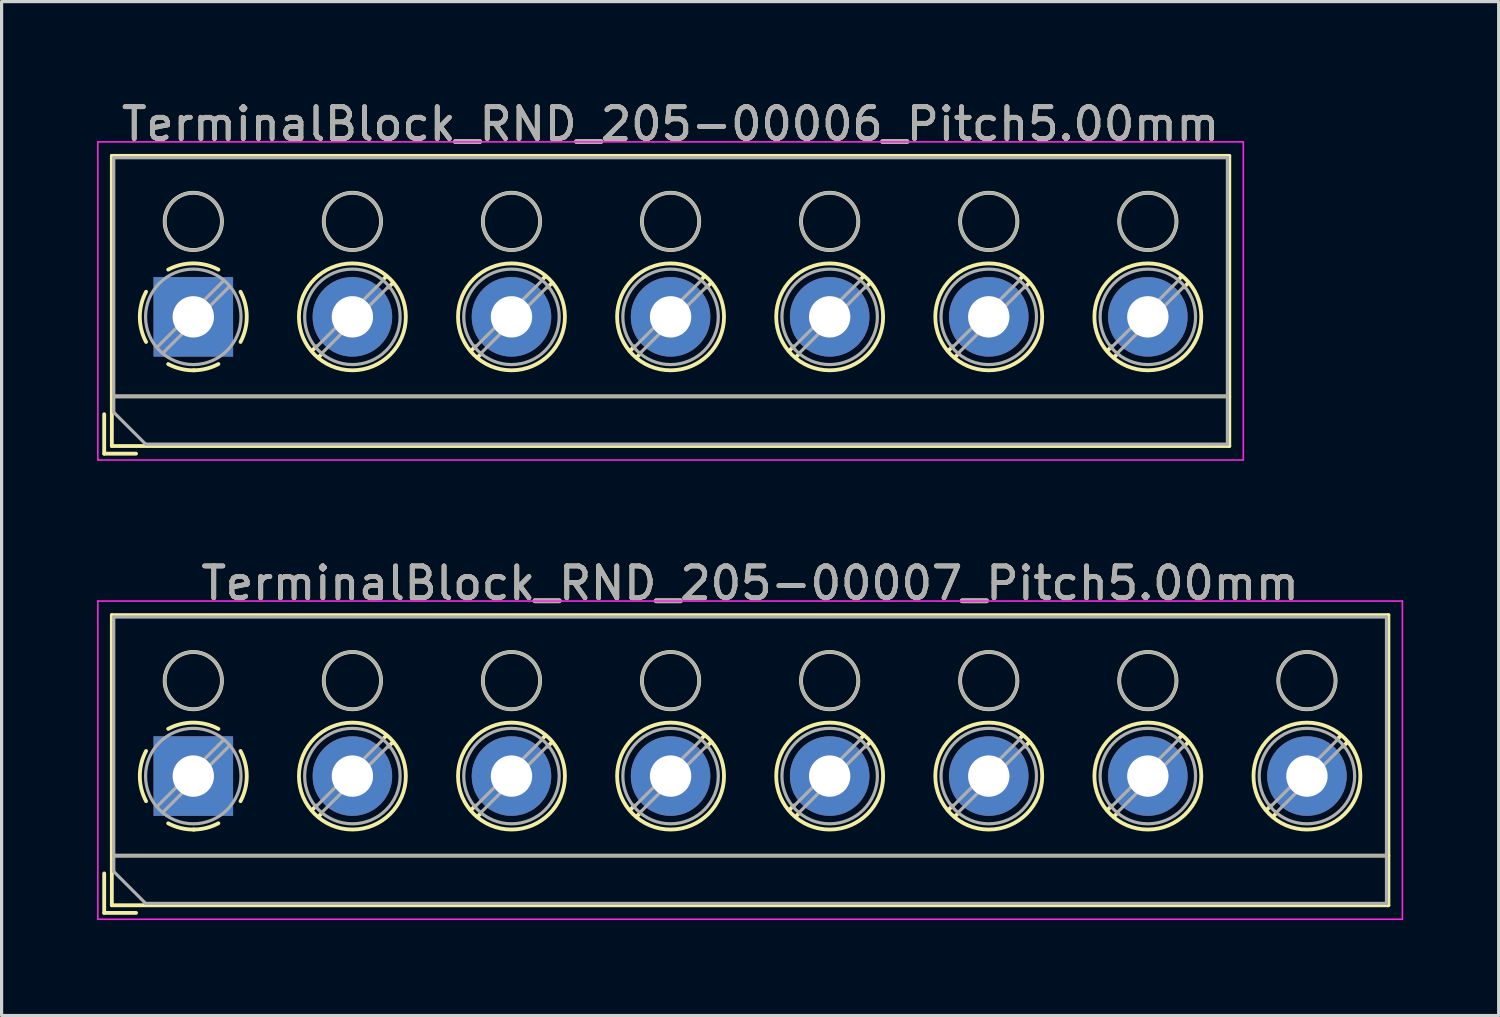
<source format=kicad_pcb>
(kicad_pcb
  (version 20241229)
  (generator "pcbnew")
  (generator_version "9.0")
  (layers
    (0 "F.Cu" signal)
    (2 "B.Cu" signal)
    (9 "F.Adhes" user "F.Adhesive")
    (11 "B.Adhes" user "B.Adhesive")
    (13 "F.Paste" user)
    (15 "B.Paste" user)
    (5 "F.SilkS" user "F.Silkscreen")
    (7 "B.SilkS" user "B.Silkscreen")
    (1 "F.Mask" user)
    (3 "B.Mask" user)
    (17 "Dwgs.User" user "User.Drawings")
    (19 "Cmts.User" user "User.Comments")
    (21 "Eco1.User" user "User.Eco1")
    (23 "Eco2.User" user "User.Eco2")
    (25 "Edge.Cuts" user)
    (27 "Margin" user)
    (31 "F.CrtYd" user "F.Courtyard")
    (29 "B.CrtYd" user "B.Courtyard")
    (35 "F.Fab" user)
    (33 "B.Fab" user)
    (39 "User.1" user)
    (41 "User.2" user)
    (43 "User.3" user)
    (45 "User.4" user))
  (footprint "TerminalBlock_RND_205-00007_Pitch5.00mm"
    (layer "F.Cu")
    (at 3.025 21.341)
    (property "Reference" "TerminalBlock_RND_205-00007_Pitch5.00mm" (at 17.5 -6.06 0) (layer "F.SilkS") (effects (font (size 1 1) (thickness 0.15))))
    (attr through_hole)
    (fp_line (start -2.8 3.06) (end -2.8 4.3) (stroke (width 0.12) (type solid)) (layer "F.SilkS"))
    (fp_line (start -2.8 4.3) (end -1.8 4.3) (stroke (width 0.12) (type solid)) (layer "F.SilkS"))
    (fp_line (start -2.56 -5.06) (end -2.56 4.06) (stroke (width 0.12) (type solid)) (layer "F.SilkS"))
    (fp_line (start -2.56 2.5) (end 37.56 2.5) (stroke (width 0.12) (type solid)) (layer "F.SilkS"))
    (fp_line (start -2.56 4.06) (end 37.56 4.06) (stroke (width 0.12) (type solid)) (layer "F.SilkS"))
    (fp_line (start 3.867 0.929) (end 3.726 1.069) (stroke (width 0.12) (type solid)) (layer "F.SilkS"))
    (fp_line (start 4.037 1.169) (end 3.931 1.274) (stroke (width 0.12) (type solid)) (layer "F.SilkS"))
    (fp_line (start 6.07 -1.275) (end 5.964 -1.169) (stroke (width 0.12) (type solid)) (layer "F.SilkS"))
    (fp_line (start 6.275 -1.069) (end 6.134 -0.929) (stroke (width 0.12) (type solid)) (layer "F.SilkS"))
    (fp_line (start 8.867 0.929) (end 8.726 1.069) (stroke (width 0.12) (type solid)) (layer "F.SilkS"))
    (fp_line (start 9.037 1.169) (end 8.931 1.274) (stroke (width 0.12) (type solid)) (layer "F.SilkS"))
    (fp_line (start 11.07 -1.275) (end 10.964 -1.169) (stroke (width 0.12) (type solid)) (layer "F.SilkS"))
    (fp_line (start 11.275 -1.069) (end 11.134 -0.929) (stroke (width 0.12) (type solid)) (layer "F.SilkS"))
    (fp_line (start 13.867 0.929) (end 13.726 1.069) (stroke (width 0.12) (type solid)) (layer "F.SilkS"))
    (fp_line (start 14.037 1.169) (end 13.931 1.274) (stroke (width 0.12) (type solid)) (layer "F.SilkS"))
    (fp_line (start 16.07 -1.275) (end 15.964 -1.169) (stroke (width 0.12) (type solid)) (layer "F.SilkS"))
    (fp_line (start 16.275 -1.069) (end 16.134 -0.929) (stroke (width 0.12) (type solid)) (layer "F.SilkS"))
    (fp_line (start 18.867 0.929) (end 18.726 1.069) (stroke (width 0.12) (type solid)) (layer "F.SilkS"))
    (fp_line (start 19.037 1.169) (end 18.931 1.274) (stroke (width 0.12) (type solid)) (layer "F.SilkS"))
    (fp_line (start 21.07 -1.275) (end 20.964 -1.169) (stroke (width 0.12) (type solid)) (layer "F.SilkS"))
    (fp_line (start 21.275 -1.069) (end 21.134 -0.929) (stroke (width 0.12) (type solid)) (layer "F.SilkS"))
    (fp_line (start 23.867 0.929) (end 23.726 1.069) (stroke (width 0.12) (type solid)) (layer "F.SilkS"))
    (fp_line (start 24.037 1.169) (end 23.931 1.274) (stroke (width 0.12) (type solid)) (layer "F.SilkS"))
    (fp_line (start 26.07 -1.275) (end 25.964 -1.169) (stroke (width 0.12) (type solid)) (layer "F.SilkS"))
    (fp_line (start 26.275 -1.069) (end 26.134 -0.929) (stroke (width 0.12) (type solid)) (layer "F.SilkS"))
    (fp_line (start 28.867 0.929) (end 28.726 1.069) (stroke (width 0.12) (type solid)) (layer "F.SilkS"))
    (fp_line (start 29.037 1.169) (end 28.931 1.274) (stroke (width 0.12) (type solid)) (layer "F.SilkS"))
    (fp_line (start 31.07 -1.275) (end 30.964 -1.169) (stroke (width 0.12) (type solid)) (layer "F.SilkS"))
    (fp_line (start 31.275 -1.069) (end 31.134 -0.929) (stroke (width 0.12) (type solid)) (layer "F.SilkS"))
    (fp_line (start 33.867 0.929) (end 33.726 1.069) (stroke (width 0.12) (type solid)) (layer "F.SilkS"))
    (fp_line (start 34.037 1.169) (end 33.931 1.274) (stroke (width 0.12) (type solid)) (layer "F.SilkS"))
    (fp_line (start 36.07 -1.275) (end 35.964 -1.169) (stroke (width 0.12) (type solid)) (layer "F.SilkS"))
    (fp_line (start 36.275 -1.069) (end 36.134 -0.929) (stroke (width 0.12) (type solid)) (layer "F.SilkS"))
    (fp_line (start 37.56 -5.06) (end -2.56 -5.06) (stroke (width 0.12) (type solid)) (layer "F.SilkS"))
    (fp_line (start 37.56 4.06) (end 37.56 -5.06) (stroke (width 0.12) (type solid)) (layer "F.SilkS"))
    (fp_arc (start -1.483953 0.789089) (mid -1.680708 0.00005) (end -1.484 -0.789) (stroke (width 0.12) (type solid)) (layer "F.SilkS"))
    (fp_arc (start -0.789089 -1.483953) (mid -0.00005 -1.680708) (end 0.789 -1.484) (stroke (width 0.12) (type solid)) (layer "F.SilkS"))
    (fp_arc (start 0.029383 1.68045) (mid -0.392304 1.634281) (end -0.789 1.484) (stroke (width 0.12) (type solid)) (layer "F.SilkS"))
    (fp_arc (start 0.788712 1.483352) (mid 0.406429 1.630097) (end 0 1.68) (stroke (width 0.12) (type solid)) (layer "F.SilkS"))
    (fp_arc (start 1.483953 -0.789089) (mid 1.680708 -0.00005) (end 1.484 0.789) (stroke (width 0.12) (type solid)) (layer "F.SilkS"))
    (fp_circle (center 0 -3) (end 0.9 -3) (stroke (width 0.12) (type solid)) (fill no) (layer "F.SilkS"))
    (fp_circle (center 5 -3) (end 5.9 -3) (stroke (width 0.12) (type solid)) (fill no) (layer "F.SilkS"))
    (fp_circle (center 5 0) (end 6.68 0) (stroke (width 0.12) (type solid)) (fill no) (layer "F.SilkS"))
    (fp_circle (center 10 -3) (end 10.9 -3) (stroke (width 0.12) (type solid)) (fill no) (layer "F.SilkS"))
    (fp_circle (center 10 0) (end 11.68 0) (stroke (width 0.12) (type solid)) (fill no) (layer "F.SilkS"))
    (fp_circle (center 15 -3) (end 15.9 -3) (stroke (width 0.12) (type solid)) (fill no) (layer "F.SilkS"))
    (fp_circle (center 15 0) (end 16.68 0) (stroke (width 0.12) (type solid)) (fill no) (layer "F.SilkS"))
    (fp_circle (center 20 -3) (end 20.9 -3) (stroke (width 0.12) (type solid)) (fill no) (layer "F.SilkS"))
    (fp_circle (center 20 0) (end 21.68 0) (stroke (width 0.12) (type solid)) (fill no) (layer "F.SilkS"))
    (fp_circle (center 25 -3) (end 25.9 -3) (stroke (width 0.12) (type solid)) (fill no) (layer "F.SilkS"))
    (fp_circle (center 25 0) (end 26.68 0) (stroke (width 0.12) (type solid)) (fill no) (layer "F.SilkS"))
    (fp_circle (center 30 -3) (end 30.9 -3) (stroke (width 0.12) (type solid)) (fill no) (layer "F.SilkS"))
    (fp_circle (center 30 0) (end 31.68 0) (stroke (width 0.12) (type solid)) (fill no) (layer "F.SilkS"))
    (fp_circle (center 35 -3) (end 35.9 -3) (stroke (width 0.12) (type solid)) (fill no) (layer "F.SilkS"))
    (fp_circle (center 35 0) (end 36.68 0) (stroke (width 0.12) (type solid)) (fill no) (layer "F.SilkS"))
    (fp_line (start -3 -5.5) (end -3 4.5) (stroke (width 0.05) (type solid)) (layer "F.CrtYd"))
    (fp_line (start -3 4.5) (end 38 4.5) (stroke (width 0.05) (type solid)) (layer "F.CrtYd"))
    (fp_line (start 38 -5.5) (end -3 -5.5) (stroke (width 0.05) (type solid)) (layer "F.CrtYd"))
    (fp_line (start 38 4.5) (end 38 -5.5) (stroke (width 0.05) (type solid)) (layer "F.CrtYd"))
    (fp_line (start -2.5 -5) (end 37.5 -5) (stroke (width 0.1) (type solid)) (layer "F.Fab"))
    (fp_line (start -2.5 2.5) (end 37.5 2.5) (stroke (width 0.1) (type solid)) (layer "F.Fab"))
    (fp_line (start -2.5 3) (end -2.5 -5) (stroke (width 0.1) (type solid)) (layer "F.Fab"))
    (fp_line (start -1.5 4) (end -2.5 3) (stroke (width 0.1) (type solid)) (layer "F.Fab"))
    (fp_line (start 0.955 -1.138) (end -1.138 0.955) (stroke (width 0.1) (type solid)) (layer "F.Fab"))
    (fp_line (start 1.138 -0.955) (end -0.955 1.138) (stroke (width 0.1) (type solid)) (layer "F.Fab"))
    (fp_line (start 5.955 -1.138) (end 3.863 0.955) (stroke (width 0.1) (type solid)) (layer "F.Fab"))
    (fp_line (start 6.138 -0.955) (end 4.046 1.138) (stroke (width 0.1) (type solid)) (layer "F.Fab"))
    (fp_line (start 10.955 -1.138) (end 8.863 0.955) (stroke (width 0.1) (type solid)) (layer "F.Fab"))
    (fp_line (start 11.138 -0.955) (end 9.046 1.138) (stroke (width 0.1) (type solid)) (layer "F.Fab"))
    (fp_line (start 15.955 -1.138) (end 13.863 0.955) (stroke (width 0.1) (type solid)) (layer "F.Fab"))
    (fp_line (start 16.138 -0.955) (end 14.046 1.138) (stroke (width 0.1) (type solid)) (layer "F.Fab"))
    (fp_line (start 20.955 -1.138) (end 18.863 0.955) (stroke (width 0.1) (type solid)) (layer "F.Fab"))
    (fp_line (start 21.138 -0.955) (end 19.046 1.138) (stroke (width 0.1) (type solid)) (layer "F.Fab"))
    (fp_line (start 25.955 -1.138) (end 23.863 0.955) (stroke (width 0.1) (type solid)) (layer "F.Fab"))
    (fp_line (start 26.138 -0.955) (end 24.046 1.138) (stroke (width 0.1) (type solid)) (layer "F.Fab"))
    (fp_line (start 30.955 -1.138) (end 28.863 0.955) (stroke (width 0.1) (type solid)) (layer "F.Fab"))
    (fp_line (start 31.138 -0.955) (end 29.046 1.138) (stroke (width 0.1) (type solid)) (layer "F.Fab"))
    (fp_line (start 35.955 -1.138) (end 33.863 0.955) (stroke (width 0.1) (type solid)) (layer "F.Fab"))
    (fp_line (start 36.138 -0.955) (end 34.046 1.138) (stroke (width 0.1) (type solid)) (layer "F.Fab"))
    (fp_line (start 37.5 -5) (end 37.5 4) (stroke (width 0.1) (type solid)) (layer "F.Fab"))
    (fp_line (start 37.5 4) (end -1.5 4) (stroke (width 0.1) (type solid)) (layer "F.Fab"))
    (fp_circle (center 0 -3) (end 0.9 -3) (stroke (width 0.1) (type solid)) (fill no) (layer "F.Fab"))
    (fp_circle (center 0 0) (end 1.5 0) (stroke (width 0.1) (type solid)) (fill no) (layer "F.Fab"))
    (fp_circle (center 5 -3) (end 5.9 -3) (stroke (width 0.1) (type solid)) (fill no) (layer "F.Fab"))
    (fp_circle (center 5 0) (end 6.5 0) (stroke (width 0.1) (type solid)) (fill no) (layer "F.Fab"))
    (fp_circle (center 10 -3) (end 10.9 -3) (stroke (width 0.1) (type solid)) (fill no) (layer "F.Fab"))
    (fp_circle (center 10 0) (end 11.5 0) (stroke (width 0.1) (type solid)) (fill no) (layer "F.Fab"))
    (fp_circle (center 15 -3) (end 15.9 -3) (stroke (width 0.1) (type solid)) (fill no) (layer "F.Fab"))
    (fp_circle (center 15 0) (end 16.5 0) (stroke (width 0.1) (type solid)) (fill no) (layer "F.Fab"))
    (fp_circle (center 20 -3) (end 20.9 -3) (stroke (width 0.1) (type solid)) (fill no) (layer "F.Fab"))
    (fp_circle (center 20 0) (end 21.5 0) (stroke (width 0.1) (type solid)) (fill no) (layer "F.Fab"))
    (fp_circle (center 25 -3) (end 25.9 -3) (stroke (width 0.1) (type solid)) (fill no) (layer "F.Fab"))
    (fp_circle (center 25 0) (end 26.5 0) (stroke (width 0.1) (type solid)) (fill no) (layer "F.Fab"))
    (fp_circle (center 30 -3) (end 30.9 -3) (stroke (width 0.1) (type solid)) (fill no) (layer "F.Fab"))
    (fp_circle (center 30 0) (end 31.5 0) (stroke (width 0.1) (type solid)) (fill no) (layer "F.Fab"))
    (fp_circle (center 35 -3) (end 35.9 -3) (stroke (width 0.1) (type solid)) (fill no) (layer "F.Fab"))
    (fp_circle (center 35 0) (end 36.5 0) (stroke (width 0.1) (type solid)) (fill no) (layer "F.Fab"))
    (fp_text user "${REFERENCE}" (at 17.5 -6.06 0) (layer "F.Fab") (effects (font (size 1 1) (thickness 0.15))))
    (pad "1" thru_hole rect (at 0 0) (size 2.5 2.5) (drill 1.3) (layers "*.Cu" "*.Mask"))
    (pad "2" thru_hole oval (at 5 0) (size 2.5 2.5) (drill 1.3) (layers "*.Cu" "*.Mask"))
    (pad "3" thru_hole oval (at 10 0) (size 2.5 2.5) (drill 1.3) (layers "*.Cu" "*.Mask"))
    (pad "4" thru_hole oval (at 15 0) (size 2.5 2.5) (drill 1.3) (layers "*.Cu" "*.Mask"))
    (pad "5" thru_hole oval (at 20 0) (size 2.5 2.5) (drill 1.3) (layers "*.Cu" "*.Mask"))
    (pad "6" thru_hole oval (at 25 0) (size 2.5 2.5) (drill 1.3) (layers "*.Cu" "*.Mask"))
    (pad "7" thru_hole oval (at 30 0) (size 2.5 2.5) (drill 1.3) (layers "*.Cu" "*.Mask"))
    (pad "8" thru_hole oval (at 35 0) (size 2.5 2.5) (drill 1.3) (layers "*.Cu" "*.Mask")))
  (footprint "TerminalBlock_RND_205-00006_Pitch5.00mm"
    (layer "F.Cu")
    (at 3.025 6.908)
    (property "Reference" "TerminalBlock_RND_205-00006_Pitch5.00mm" (at 15 -6.06 0) (layer "F.SilkS") (effects (font (size 1 1) (thickness 0.15))))
    (attr through_hole)
    (fp_line (start -2.8 3.06) (end -2.8 4.3) (stroke (width 0.12) (type solid)) (layer "F.SilkS"))
    (fp_line (start -2.8 4.3) (end -1.8 4.3) (stroke (width 0.12) (type solid)) (layer "F.SilkS"))
    (fp_line (start -2.56 -5.06) (end -2.56 4.06) (stroke (width 0.12) (type solid)) (layer "F.SilkS"))
    (fp_line (start -2.56 2.5) (end 32.56 2.5) (stroke (width 0.12) (type solid)) (layer "F.SilkS"))
    (fp_line (start -2.56 4.06) (end 32.56 4.06) (stroke (width 0.12) (type solid)) (layer "F.SilkS"))
    (fp_line (start 3.867 0.929) (end 3.726 1.069) (stroke (width 0.12) (type solid)) (layer "F.SilkS"))
    (fp_line (start 4.037 1.169) (end 3.931 1.274) (stroke (width 0.12) (type solid)) (layer "F.SilkS"))
    (fp_line (start 6.07 -1.275) (end 5.964 -1.169) (stroke (width 0.12) (type solid)) (layer "F.SilkS"))
    (fp_line (start 6.275 -1.069) (end 6.134 -0.929) (stroke (width 0.12) (type solid)) (layer "F.SilkS"))
    (fp_line (start 8.867 0.929) (end 8.726 1.069) (stroke (width 0.12) (type solid)) (layer "F.SilkS"))
    (fp_line (start 9.037 1.169) (end 8.931 1.274) (stroke (width 0.12) (type solid)) (layer "F.SilkS"))
    (fp_line (start 11.07 -1.275) (end 10.964 -1.169) (stroke (width 0.12) (type solid)) (layer "F.SilkS"))
    (fp_line (start 11.275 -1.069) (end 11.134 -0.929) (stroke (width 0.12) (type solid)) (layer "F.SilkS"))
    (fp_line (start 13.867 0.929) (end 13.726 1.069) (stroke (width 0.12) (type solid)) (layer "F.SilkS"))
    (fp_line (start 14.037 1.169) (end 13.931 1.274) (stroke (width 0.12) (type solid)) (layer "F.SilkS"))
    (fp_line (start 16.07 -1.275) (end 15.964 -1.169) (stroke (width 0.12) (type solid)) (layer "F.SilkS"))
    (fp_line (start 16.275 -1.069) (end 16.134 -0.929) (stroke (width 0.12) (type solid)) (layer "F.SilkS"))
    (fp_line (start 18.867 0.929) (end 18.726 1.069) (stroke (width 0.12) (type solid)) (layer "F.SilkS"))
    (fp_line (start 19.037 1.169) (end 18.931 1.274) (stroke (width 0.12) (type solid)) (layer "F.SilkS"))
    (fp_line (start 21.07 -1.275) (end 20.964 -1.169) (stroke (width 0.12) (type solid)) (layer "F.SilkS"))
    (fp_line (start 21.275 -1.069) (end 21.134 -0.929) (stroke (width 0.12) (type solid)) (layer "F.SilkS"))
    (fp_line (start 23.867 0.929) (end 23.726 1.069) (stroke (width 0.12) (type solid)) (layer "F.SilkS"))
    (fp_line (start 24.037 1.169) (end 23.931 1.274) (stroke (width 0.12) (type solid)) (layer "F.SilkS"))
    (fp_line (start 26.07 -1.275) (end 25.964 -1.169) (stroke (width 0.12) (type solid)) (layer "F.SilkS"))
    (fp_line (start 26.275 -1.069) (end 26.134 -0.929) (stroke (width 0.12) (type solid)) (layer "F.SilkS"))
    (fp_line (start 28.867 0.929) (end 28.726 1.069) (stroke (width 0.12) (type solid)) (layer "F.SilkS"))
    (fp_line (start 29.037 1.169) (end 28.931 1.274) (stroke (width 0.12) (type solid)) (layer "F.SilkS"))
    (fp_line (start 31.07 -1.275) (end 30.964 -1.169) (stroke (width 0.12) (type solid)) (layer "F.SilkS"))
    (fp_line (start 31.275 -1.069) (end 31.134 -0.929) (stroke (width 0.12) (type solid)) (layer "F.SilkS"))
    (fp_line (start 32.56 -5.06) (end -2.56 -5.06) (stroke (width 0.12) (type solid)) (layer "F.SilkS"))
    (fp_line (start 32.56 4.06) (end 32.56 -5.06) (stroke (width 0.12) (type solid)) (layer "F.SilkS"))
    (fp_arc (start -1.483953 0.789089) (mid -1.680708 0.00005) (end -1.484 -0.789) (stroke (width 0.12) (type solid)) (layer "F.SilkS"))
    (fp_arc (start -0.789089 -1.483953) (mid -0.00005 -1.680708) (end 0.789 -1.484) (stroke (width 0.12) (type solid)) (layer "F.SilkS"))
    (fp_arc (start 0.029383 1.68045) (mid -0.392304 1.634281) (end -0.789 1.484) (stroke (width 0.12) (type solid)) (layer "F.SilkS"))
    (fp_arc (start 0.788712 1.483352) (mid 0.406429 1.630097) (end 0 1.68) (stroke (width 0.12) (type solid)) (layer "F.SilkS"))
    (fp_arc (start 1.483953 -0.789089) (mid 1.680708 -0.00005) (end 1.484 0.789) (stroke (width 0.12) (type solid)) (layer "F.SilkS"))
    (fp_circle (center 0 -3) (end 0.9 -3) (stroke (width 0.12) (type solid)) (fill no) (layer "F.SilkS"))
    (fp_circle (center 5 -3) (end 5.9 -3) (stroke (width 0.12) (type solid)) (fill no) (layer "F.SilkS"))
    (fp_circle (center 5 0) (end 6.68 0) (stroke (width 0.12) (type solid)) (fill no) (layer "F.SilkS"))
    (fp_circle (center 10 -3) (end 10.9 -3) (stroke (width 0.12) (type solid)) (fill no) (layer "F.SilkS"))
    (fp_circle (center 10 0) (end 11.68 0) (stroke (width 0.12) (type solid)) (fill no) (layer "F.SilkS"))
    (fp_circle (center 15 -3) (end 15.9 -3) (stroke (width 0.12) (type solid)) (fill no) (layer "F.SilkS"))
    (fp_circle (center 15 0) (end 16.68 0) (stroke (width 0.12) (type solid)) (fill no) (layer "F.SilkS"))
    (fp_circle (center 20 -3) (end 20.9 -3) (stroke (width 0.12) (type solid)) (fill no) (layer "F.SilkS"))
    (fp_circle (center 20 0) (end 21.68 0) (stroke (width 0.12) (type solid)) (fill no) (layer "F.SilkS"))
    (fp_circle (center 25 -3) (end 25.9 -3) (stroke (width 0.12) (type solid)) (fill no) (layer "F.SilkS"))
    (fp_circle (center 25 0) (end 26.68 0) (stroke (width 0.12) (type solid)) (fill no) (layer "F.SilkS"))
    (fp_circle (center 30 -3) (end 30.9 -3) (stroke (width 0.12) (type solid)) (fill no) (layer "F.SilkS"))
    (fp_circle (center 30 0) (end 31.68 0) (stroke (width 0.12) (type solid)) (fill no) (layer "F.SilkS"))
    (fp_line (start -3 -5.5) (end -3 4.5) (stroke (width 0.05) (type solid)) (layer "F.CrtYd"))
    (fp_line (start -3 4.5) (end 33 4.5) (stroke (width 0.05) (type solid)) (layer "F.CrtYd"))
    (fp_line (start 33 -5.5) (end -3 -5.5) (stroke (width 0.05) (type solid)) (layer "F.CrtYd"))
    (fp_line (start 33 4.5) (end 33 -5.5) (stroke (width 0.05) (type solid)) (layer "F.CrtYd"))
    (fp_line (start -2.5 -5) (end 32.5 -5) (stroke (width 0.1) (type solid)) (layer "F.Fab"))
    (fp_line (start -2.5 2.5) (end 32.5 2.5) (stroke (width 0.1) (type solid)) (layer "F.Fab"))
    (fp_line (start -2.5 3) (end -2.5 -5) (stroke (width 0.1) (type solid)) (layer "F.Fab"))
    (fp_line (start -1.5 4) (end -2.5 3) (stroke (width 0.1) (type solid)) (layer "F.Fab"))
    (fp_line (start 0.955 -1.138) (end -1.138 0.955) (stroke (width 0.1) (type solid)) (layer "F.Fab"))
    (fp_line (start 1.138 -0.955) (end -0.955 1.138) (stroke (width 0.1) (type solid)) (layer "F.Fab"))
    (fp_line (start 5.955 -1.138) (end 3.863 0.955) (stroke (width 0.1) (type solid)) (layer "F.Fab"))
    (fp_line (start 6.138 -0.955) (end 4.046 1.138) (stroke (width 0.1) (type solid)) (layer "F.Fab"))
    (fp_line (start 10.955 -1.138) (end 8.863 0.955) (stroke (width 0.1) (type solid)) (layer "F.Fab"))
    (fp_line (start 11.138 -0.955) (end 9.046 1.138) (stroke (width 0.1) (type solid)) (layer "F.Fab"))
    (fp_line (start 15.955 -1.138) (end 13.863 0.955) (stroke (width 0.1) (type solid)) (layer "F.Fab"))
    (fp_line (start 16.138 -0.955) (end 14.046 1.138) (stroke (width 0.1) (type solid)) (layer "F.Fab"))
    (fp_line (start 20.955 -1.138) (end 18.863 0.955) (stroke (width 0.1) (type solid)) (layer "F.Fab"))
    (fp_line (start 21.138 -0.955) (end 19.046 1.138) (stroke (width 0.1) (type solid)) (layer "F.Fab"))
    (fp_line (start 25.955 -1.138) (end 23.863 0.955) (stroke (width 0.1) (type solid)) (layer "F.Fab"))
    (fp_line (start 26.138 -0.955) (end 24.046 1.138) (stroke (width 0.1) (type solid)) (layer "F.Fab"))
    (fp_line (start 30.955 -1.138) (end 28.863 0.955) (stroke (width 0.1) (type solid)) (layer "F.Fab"))
    (fp_line (start 31.138 -0.955) (end 29.046 1.138) (stroke (width 0.1) (type solid)) (layer "F.Fab"))
    (fp_line (start 32.5 -5) (end 32.5 4) (stroke (width 0.1) (type solid)) (layer "F.Fab"))
    (fp_line (start 32.5 4) (end -1.5 4) (stroke (width 0.1) (type solid)) (layer "F.Fab"))
    (fp_circle (center 0 -3) (end 0.9 -3) (stroke (width 0.1) (type solid)) (fill no) (layer "F.Fab"))
    (fp_circle (center 0 0) (end 1.5 0) (stroke (width 0.1) (type solid)) (fill no) (layer "F.Fab"))
    (fp_circle (center 5 -3) (end 5.9 -3) (stroke (width 0.1) (type solid)) (fill no) (layer "F.Fab"))
    (fp_circle (center 5 0) (end 6.5 0) (stroke (width 0.1) (type solid)) (fill no) (layer "F.Fab"))
    (fp_circle (center 10 -3) (end 10.9 -3) (stroke (width 0.1) (type solid)) (fill no) (layer "F.Fab"))
    (fp_circle (center 10 0) (end 11.5 0) (stroke (width 0.1) (type solid)) (fill no) (layer "F.Fab"))
    (fp_circle (center 15 -3) (end 15.9 -3) (stroke (width 0.1) (type solid)) (fill no) (layer "F.Fab"))
    (fp_circle (center 15 0) (end 16.5 0) (stroke (width 0.1) (type solid)) (fill no) (layer "F.Fab"))
    (fp_circle (center 20 -3) (end 20.9 -3) (stroke (width 0.1) (type solid)) (fill no) (layer "F.Fab"))
    (fp_circle (center 20 0) (end 21.5 0) (stroke (width 0.1) (type solid)) (fill no) (layer "F.Fab"))
    (fp_circle (center 25 -3) (end 25.9 -3) (stroke (width 0.1) (type solid)) (fill no) (layer "F.Fab"))
    (fp_circle (center 25 0) (end 26.5 0) (stroke (width 0.1) (type solid)) (fill no) (layer "F.Fab"))
    (fp_circle (center 30 -3) (end 30.9 -3) (stroke (width 0.1) (type solid)) (fill no) (layer "F.Fab"))
    (fp_circle (center 30 0) (end 31.5 0) (stroke (width 0.1) (type solid)) (fill no) (layer "F.Fab"))
    (fp_text user "${REFERENCE}" (at 15 -6.06 0) (layer "F.Fab") (effects (font (size 1 1) (thickness 0.15))))
    (pad "1" thru_hole rect (at 0 0) (size 2.5 2.5) (drill 1.3) (layers "*.Cu" "*.Mask"))
    (pad "2" thru_hole oval (at 5 0) (size 2.5 2.5) (drill 1.3) (layers "*.Cu" "*.Mask"))
    (pad "3" thru_hole oval (at 10 0) (size 2.5 2.5) (drill 1.3) (layers "*.Cu" "*.Mask"))
    (pad "4" thru_hole oval (at 15 0) (size 2.5 2.5) (drill 1.3) (layers "*.Cu" "*.Mask"))
    (pad "5" thru_hole oval (at 20 0) (size 2.5 2.5) (drill 1.3) (layers "*.Cu" "*.Mask"))
    (pad "6" thru_hole oval (at 25 0) (size 2.5 2.5) (drill 1.3) (layers "*.Cu" "*.Mask"))
    (pad "7" thru_hole oval (at 30 0) (size 2.5 2.5) (drill 1.3) (layers "*.Cu" "*.Mask")))
  (gr_rect
    (start -3 -3)
    (end 44.05 28.866)
    (stroke (width 0.1) (type default))
    (fill no)
    (layer "Edge.Cuts")))
</source>
